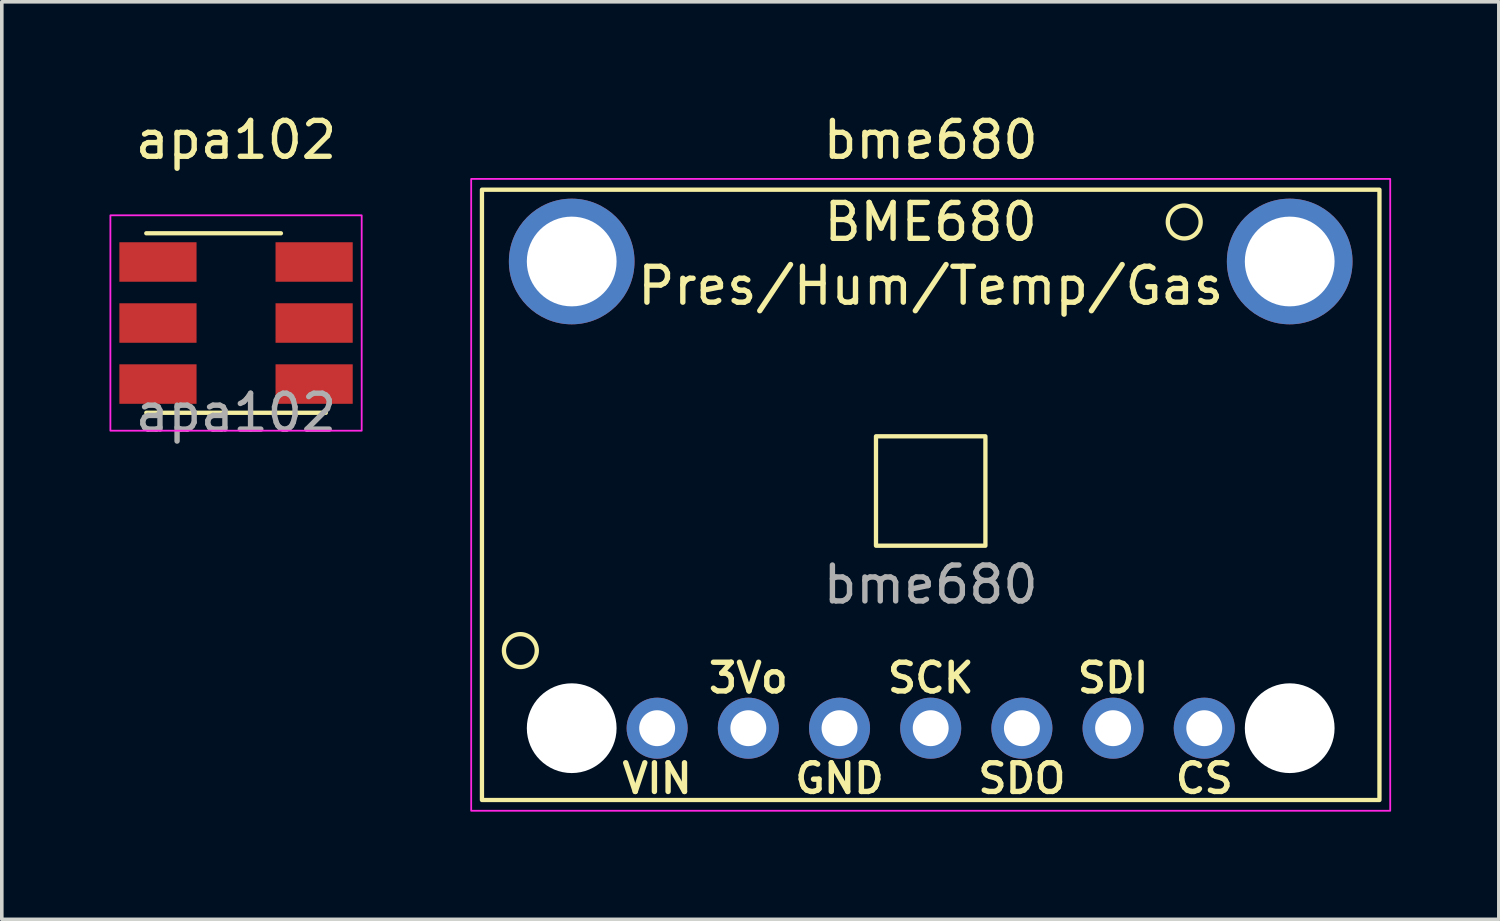
<source format=kicad_pcb>
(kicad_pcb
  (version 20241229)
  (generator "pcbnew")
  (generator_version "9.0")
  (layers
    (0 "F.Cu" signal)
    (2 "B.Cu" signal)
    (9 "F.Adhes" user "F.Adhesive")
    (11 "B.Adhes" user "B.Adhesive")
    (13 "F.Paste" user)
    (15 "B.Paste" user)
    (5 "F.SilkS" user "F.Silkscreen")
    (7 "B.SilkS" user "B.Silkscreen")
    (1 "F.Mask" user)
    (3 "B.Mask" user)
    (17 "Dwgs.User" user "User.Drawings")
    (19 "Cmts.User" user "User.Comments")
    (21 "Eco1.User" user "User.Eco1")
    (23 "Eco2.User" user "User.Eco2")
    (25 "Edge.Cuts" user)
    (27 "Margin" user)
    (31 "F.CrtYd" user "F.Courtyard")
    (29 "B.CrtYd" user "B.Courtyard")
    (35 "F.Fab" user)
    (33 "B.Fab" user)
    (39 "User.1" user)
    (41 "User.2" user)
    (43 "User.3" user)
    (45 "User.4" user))
  (footprint "bme680"
    (layer "F.Cu")
    (at 22.875 10.734)
    (property "Reference" "bme680" (at 0 -9.886 0) (unlocked yes) (layer "F.SilkS") (effects (font (size 1 1) (thickness 0.15))))
    (attr through_hole)
    (fp_rect (start -12.5 -8.5) (end 12.5 8.5) (stroke (width 0.12) (type default)) (fill no) (layer "F.SilkS"))
    (fp_rect (start -1.524 -1.631) (end 1.524 1.417) (stroke (width 0.12) (type default)) (fill no) (layer "F.SilkS"))
    (fp_circle (center -11.43 4.338) (end -11.049 4.592) (stroke (width 0.12) (type default)) (fill no) (layer "F.SilkS"))
    (fp_circle (center 7.062 -7.6) (end 7.52 -7.6) (stroke (width 0.12) (type default)) (fill no) (layer "F.SilkS"))
    (fp_rect (start -12.8 -8.8) (end 12.8 8.8) (stroke (width 0.05) (type default)) (fill no) (layer "F.CrtYd"))
    (fp_text user "SDI" (at 5.08 5.1 0) (unlocked yes) (layer "F.SilkS") (effects (font (size 0.8 0.8) (thickness 0.15))))
    (fp_text user "SDO" (at 2.54 7.9 0) (unlocked yes) (layer "F.SilkS") (effects (font (size 0.8 0.8) (thickness 0.15))))
    (fp_text user "CS" (at 7.62 7.9 0) (unlocked yes) (layer "F.SilkS") (effects (font (size 0.8 0.8) (thickness 0.15))))
    (fp_text user "BME680" (at 0 -7.6 0) (unlocked yes) (layer "F.SilkS") (effects (font (size 1 1) (thickness 0.15))))
    (fp_text user "Pres/Hum/Temp/Gas" (at 0 -5.822 0) (unlocked yes) (layer "F.SilkS") (effects (font (size 1 1) (thickness 0.15))))
    (fp_text user "SCK" (at 0 5.1 0) (unlocked yes) (layer "F.SilkS") (effects (font (size 0.8 0.8) (thickness 0.15))))
    (fp_text user "VIN" (at -7.62 7.9 0) (unlocked yes) (layer "F.SilkS") (effects (font (size 0.8 0.8) (thickness 0.15))))
    (fp_text user "GND" (at -2.54 7.9 0) (unlocked yes) (layer "F.SilkS") (effects (font (size 0.8 0.8) (thickness 0.15))))
    (fp_text user "3Vo" (at -5.08 5.1 0) (unlocked yes) (layer "F.SilkS") (effects (font (size 0.8 0.8) (thickness 0.15))))
    (fp_text user "${REFERENCE}" (at 0 2.5 0) (unlocked yes) (layer "F.Fab") (effects (font (size 1 1) (thickness 0.15))))
    (pad "" np_thru_hole circle (at -10 6.5) (size 2.5 2.5) (drill 2.5) (layers "*.Cu" "*.Mask"))
    (pad "" np_thru_hole circle (at 10 6.5) (size 2.5 2.5) (drill 2.5) (layers "*.Cu" "*.Mask"))
    (pad "1" thru_hole circle (at -7.62 6.5) (size 1.7 1.7) (drill 1) (layers "*.Cu" "*.Mask"))
    (pad "2" thru_hole circle (at -5.08 6.5) (size 1.7 1.7) (drill 1) (layers "*.Cu" "*.Mask"))
    (pad "3" thru_hole circle (at -10 -6.5) (size 3.5 3.5) (drill 2.5) (layers "*.Cu" "*.Mask"))
    (pad "3" thru_hole circle (at -2.54 6.5) (size 1.7 1.7) (drill 1) (layers "*.Cu" "*.Mask"))
    (pad "3" thru_hole circle (at 10 -6.5) (size 3.5 3.5) (drill 2.5) (layers "*.Cu" "*.Mask"))
    (pad "4" thru_hole circle (at 0 6.5) (size 1.7 1.7) (drill 1) (layers "*.Cu" "*.Mask"))
    (pad "5" thru_hole circle (at 2.54 6.5) (size 1.7 1.7) (drill 1) (layers "*.Cu" "*.Mask"))
    (pad "6" thru_hole circle (at 5.08 6.5) (size 1.7 1.7) (drill 1) (layers "*.Cu" "*.Mask"))
    (pad "7" thru_hole circle (at 7.62 6.5) (size 1.7 1.7) (drill 1) (layers "*.Cu" "*.Mask"))
    (zone (net_name "") (layers "F.Cu" "B.Cu") (hatch edge 0.5) (connect_pads) (min_thickness 0.25) (filled_areas_thickness no) (keepout (tracks allowed) (vias allowed) (pads allowed) (copperpour not_allowed) (footprints allowed)) (placement (enabled no)) (fill) (polygon (pts (xy 14.875 15.234) (xy 14.875 19.234) (xy 10.875 19.234) (xy 10.875 15.234))))
    (zone (net_name "") (layers "F.Cu" "B.Cu") (hatch edge 0.5) (connect_pads) (min_thickness 0.25) (filled_areas_thickness no) (keepout (tracks allowed) (vias allowed) (pads allowed) (copperpour not_allowed) (footprints allowed)) (placement (enabled no)) (fill) (polygon (pts (xy 34.875 15.234) (xy 30.875 15.234) (xy 30.875 19.234) (xy 34.875 19.234)))))
  (footprint "apa102"
    (layer "F.Cu")
    (at 3.525 5.948)
    (property "Reference" "apa102" (at 0 -5.1 0) (unlocked yes) (layer "F.SilkS") (effects (font (size 1 1) (thickness 0.15))))
    (attr smd)
    (fp_line (start 1.25 -2.5) (end -2.5 -2.5) (stroke (width 0.12) (type default)) (layer "F.SilkS"))
    (fp_line (start 2.5 2.5) (end -2.5 2.5) (stroke (width 0.12) (type default)) (layer "F.SilkS"))
    (fp_rect (start -3.5 -3) (end 3.5 3) (stroke (width 0.05) (type default)) (fill no) (layer "F.CrtYd"))
    (fp_text user "${REFERENCE}" (at 0 2.5 0) (unlocked yes) (layer "F.Fab") (effects (font (size 1 1) (thickness 0.15))))
    (pad "1" smd rect (at 2.175 1.7) (size 2.15 1.1) (layers "F.Cu" "F.Mask" "F.Paste"))
    (pad "2" smd rect (at 2.175 0) (size 2.15 1.1) (layers "F.Cu" "F.Mask" "F.Paste"))
    (pad "3" smd rect (at 2.175 -1.7) (size 2.15 1.1) (layers "F.Cu" "F.Mask" "F.Paste"))
    (pad "4" smd rect (at -2.175 -1.7) (size 2.15 1.1) (layers "F.Cu" "F.Mask" "F.Paste"))
    (pad "5" smd rect (at -2.175 0) (size 2.15 1.1) (layers "F.Cu" "F.Mask" "F.Paste"))
    (pad "6" smd rect (at -2.175 1.7) (size 2.15 1.1) (layers "F.Cu" "F.Mask" "F.Paste")))
  (gr_rect
    (start -3 -3)
    (end 38.7 22.559)
    (stroke (width 0.1) (type default))
    (fill no)
    (layer "Edge.Cuts")))
</source>
